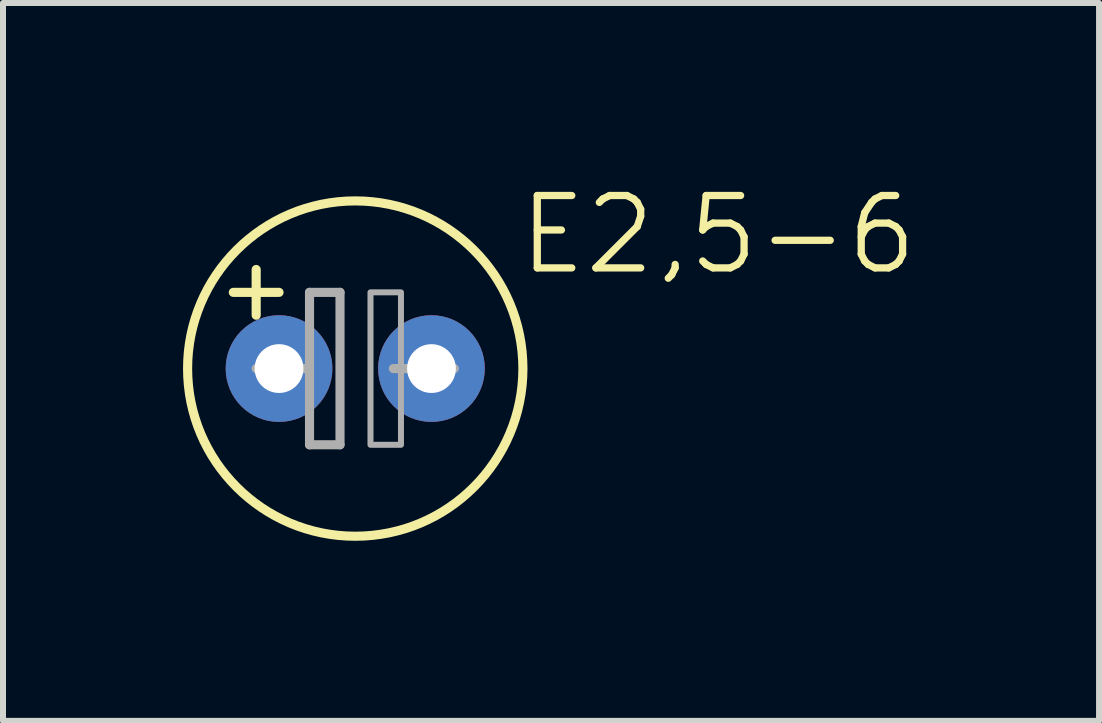
<source format=kicad_pcb>
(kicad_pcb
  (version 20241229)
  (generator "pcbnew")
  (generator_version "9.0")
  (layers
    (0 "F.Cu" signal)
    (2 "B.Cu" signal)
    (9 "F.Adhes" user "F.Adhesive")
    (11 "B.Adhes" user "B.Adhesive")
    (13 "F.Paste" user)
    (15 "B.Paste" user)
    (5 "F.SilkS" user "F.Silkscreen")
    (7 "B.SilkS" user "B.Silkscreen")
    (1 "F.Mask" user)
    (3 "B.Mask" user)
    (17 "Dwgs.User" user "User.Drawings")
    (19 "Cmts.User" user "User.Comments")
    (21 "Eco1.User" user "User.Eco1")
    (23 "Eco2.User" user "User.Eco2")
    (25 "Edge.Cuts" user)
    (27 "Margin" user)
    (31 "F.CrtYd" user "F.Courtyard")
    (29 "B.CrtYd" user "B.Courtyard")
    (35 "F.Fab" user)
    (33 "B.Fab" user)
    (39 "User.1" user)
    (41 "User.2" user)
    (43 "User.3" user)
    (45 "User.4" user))
  (footprint "E2,5-6"
    (layer "F.Cu")
    (at 2.87 3.092)
    (property "Reference" "E2,5-6" (at 2.667 -1.524 0) (layer "F.SilkS") (effects (font (size 1.206 1.206) (thickness 0.121)) (justify left bottom)))
    (attr through_hole)
    (fp_line (start -2.032 -1.27) (end -1.651 -1.27) (stroke (width 0.152) (type solid)) (layer "F.SilkS"))
    (fp_line (start -1.651 -1.27) (end -1.651 -1.651) (stroke (width 0.152) (type solid)) (layer "F.SilkS"))
    (fp_line (start -1.651 -1.27) (end -1.27 -1.27) (stroke (width 0.152) (type solid)) (layer "F.SilkS"))
    (fp_line (start -1.651 -0.889) (end -1.651 -1.27) (stroke (width 0.152) (type solid)) (layer "F.SilkS"))
    (fp_circle (center 0 0) (end 2.794 0) (stroke (width 0.152) (type solid)) (fill no) (layer "F.SilkS"))
    (fp_line (start -1.651 0) (end -0.762 0) (stroke (width 0.152) (type solid)) (layer "F.Fab"))
    (fp_line (start -0.762 -1.27) (end -0.762 0) (stroke (width 0.152) (type solid)) (layer "F.Fab"))
    (fp_line (start -0.762 0) (end -0.762 1.27) (stroke (width 0.152) (type solid)) (layer "F.Fab"))
    (fp_line (start -0.762 1.27) (end -0.254 1.27) (stroke (width 0.152) (type solid)) (layer "F.Fab"))
    (fp_line (start -0.254 -1.27) (end -0.762 -1.27) (stroke (width 0.152) (type solid)) (layer "F.Fab"))
    (fp_line (start -0.254 1.27) (end -0.254 -1.27) (stroke (width 0.152) (type solid)) (layer "F.Fab"))
    (fp_line (start 0.635 0) (end 1.651 0) (stroke (width 0.152) (type solid)) (layer "F.Fab"))
    (fp_poly (pts (xy 0.254 1.27) (xy 0.762 1.27) (xy 0.762 -1.27) (xy 0.254 -1.27)) (stroke (width 0.1) (type solid)) (fill no) (layer "F.Fab"))
    (pad "+" thru_hole circle (at -1.27 0) (size 1.778 1.778) (drill 0.813) (layers "*.Cu" "*.Mask"))
    (pad "-" thru_hole circle (at 1.27 0) (size 1.778 1.778) (drill 0.813) (layers "*.Cu" "*.Mask")))
  (gr_rect
    (start -3 -3)
    (end 15.265 8.963)
    (stroke (width 0.1) (type default))
    (fill no)
    (layer "Edge.Cuts")))
</source>
